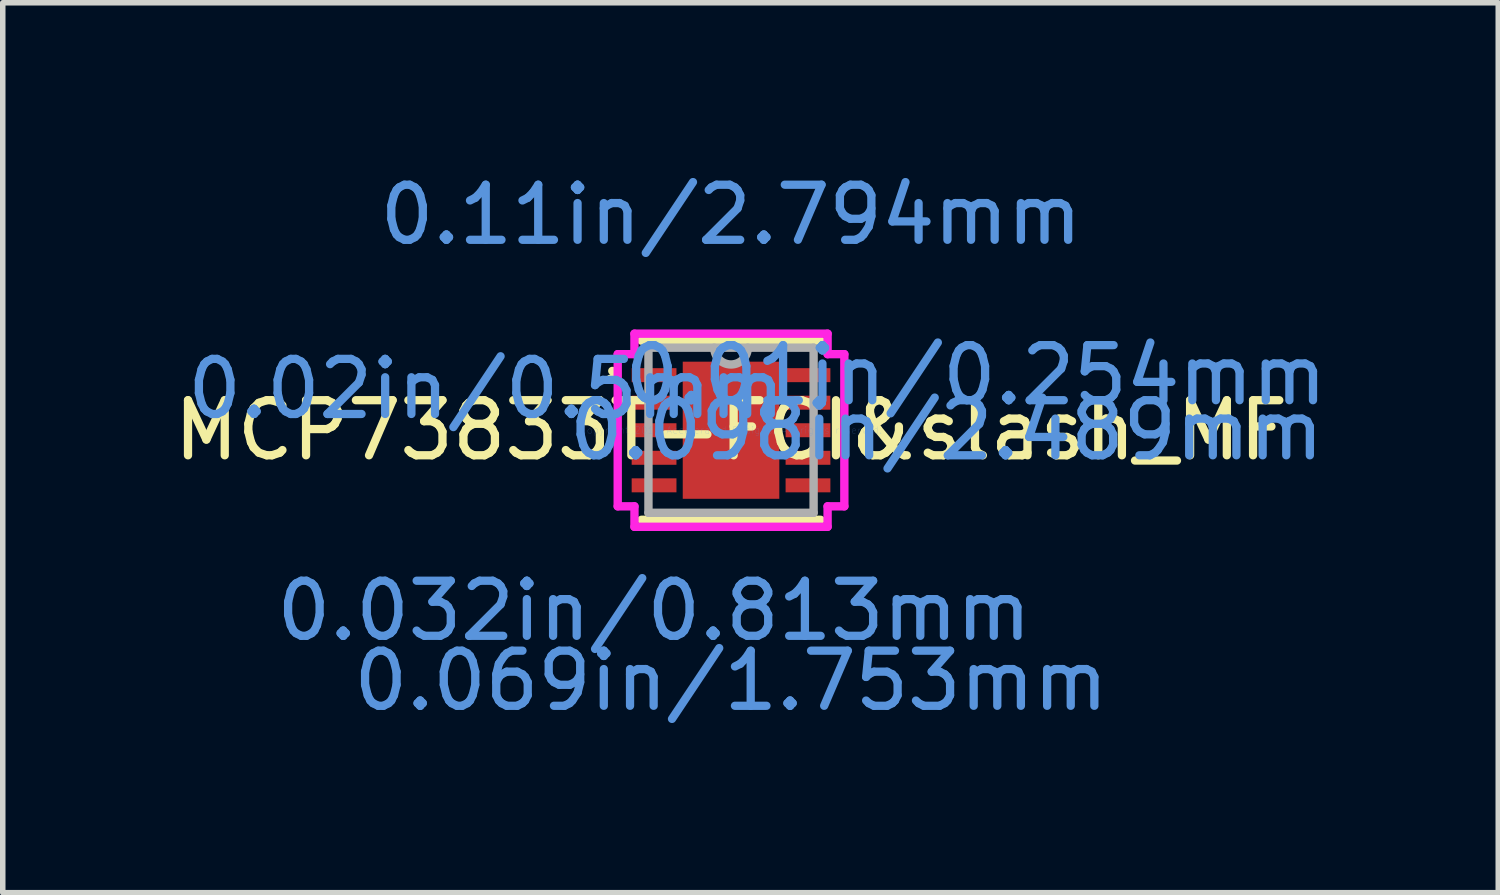
<source format=kicad_pcb>
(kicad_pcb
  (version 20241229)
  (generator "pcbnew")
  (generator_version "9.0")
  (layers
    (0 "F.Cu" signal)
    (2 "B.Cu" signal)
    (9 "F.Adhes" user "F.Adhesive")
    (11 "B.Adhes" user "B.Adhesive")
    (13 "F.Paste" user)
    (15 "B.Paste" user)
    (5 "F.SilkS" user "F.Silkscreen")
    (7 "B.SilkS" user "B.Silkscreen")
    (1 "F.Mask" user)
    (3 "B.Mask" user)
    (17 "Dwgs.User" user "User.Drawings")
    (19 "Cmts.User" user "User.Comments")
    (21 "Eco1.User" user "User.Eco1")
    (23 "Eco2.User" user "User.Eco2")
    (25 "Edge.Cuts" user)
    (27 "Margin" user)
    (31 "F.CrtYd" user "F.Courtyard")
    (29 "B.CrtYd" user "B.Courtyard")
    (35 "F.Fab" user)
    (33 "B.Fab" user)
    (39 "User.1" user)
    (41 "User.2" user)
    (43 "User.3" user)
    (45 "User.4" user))
  (footprint "MCP73833T-FCI&slash_MF"
    (layer "F.Cu")
    (at 10.22 4.76)
    (property "Reference" "MCP73833T-FCI&slash_MF" (at 0 0 0) (layer "F.SilkS") (effects (font (size 1 1) (thickness 0.15))))
    (attr through_hole)
    (fp_line (start -1.626 1.626) (end 1.626 1.626) (stroke (width 0.152) (type solid)) (layer "F.SilkS"))
    (fp_line (start 1.626 -1.626) (end -1.626 -1.626) (stroke (width 0.152) (type solid)) (layer "F.SilkS"))
    (fp_arc (start -2.155 -1.0762) (mid -2.081171 -0.98114) (end -2.191546 -0.933136) (stroke (width 0.1524) (type solid)) (layer "F.SilkS"))
    (fp_line (start -2.057 -1.381) (end -1.753 -1.381) (stroke (width 0.152) (type solid)) (layer "F.CrtYd"))
    (fp_line (start -2.057 1.381) (end -2.057 -1.381) (stroke (width 0.152) (type solid)) (layer "F.CrtYd"))
    (fp_line (start -2.057 1.381) (end -1.753 1.381) (stroke (width 0.152) (type solid)) (layer "F.CrtYd"))
    (fp_line (start -1.753 -1.753) (end 1.753 -1.753) (stroke (width 0.152) (type solid)) (layer "F.CrtYd"))
    (fp_line (start -1.753 -1.381) (end -1.753 -1.753) (stroke (width 0.152) (type solid)) (layer "F.CrtYd"))
    (fp_line (start -1.753 1.753) (end -1.753 1.381) (stroke (width 0.152) (type solid)) (layer "F.CrtYd"))
    (fp_line (start 1.753 -1.753) (end 1.753 -1.381) (stroke (width 0.152) (type solid)) (layer "F.CrtYd"))
    (fp_line (start 1.753 1.381) (end 1.753 1.753) (stroke (width 0.152) (type solid)) (layer "F.CrtYd"))
    (fp_line (start 1.753 1.753) (end -1.753 1.753) (stroke (width 0.152) (type solid)) (layer "F.CrtYd"))
    (fp_line (start 2.057 -1.381) (end 1.753 -1.381) (stroke (width 0.152) (type solid)) (layer "F.CrtYd"))
    (fp_line (start 2.057 -1.381) (end 2.057 1.381) (stroke (width 0.152) (type solid)) (layer "F.CrtYd"))
    (fp_line (start 2.057 1.381) (end 1.753 1.381) (stroke (width 0.152) (type solid)) (layer "F.CrtYd"))
    (fp_line (start -1.499 -1.499) (end -1.499 1.499) (stroke (width 0.152) (type solid)) (layer "F.Fab"))
    (fp_line (start -1.499 1.499) (end 1.499 1.499) (stroke (width 0.152) (type solid)) (layer "F.Fab"))
    (fp_line (start 1.499 -1.499) (end -1.499 -1.499) (stroke (width 0.152) (type solid)) (layer "F.Fab"))
    (fp_line (start 1.499 1.499) (end 1.499 -1.499) (stroke (width 0.152) (type solid)) (layer "F.Fab"))
    (fp_arc (start 0.3048 -1.4986) (mid 0 -1.1938) (end -0.3048 -1.4986) (stroke (width 0.1524) (type solid)) (layer "F.Fab"))
    (fp_text user "0.02in/0.5mm" (at -4.445 -0.75 0) (layer "Cmts.User") (effects (font (size 1 1) (thickness 0.15))))
    (fp_text user "0.11in/2.794mm" (at 0 -3.912 0) (layer "Cmts.User") (effects (font (size 1 1) (thickness 0.15))))
    (fp_text user "0.032in/0.813mm" (at -1.397 3.277 0) (layer "Cmts.User") (effects (font (size 1 1) (thickness 0.15))))
    (fp_text user "0.098in/2.489mm" (at 3.912 0 0) (layer "Cmts.User") (effects (font (size 1 1) (thickness 0.15))))
    (fp_text user "0.01in/0.254mm" (at 4.445 -1 0) (layer "Cmts.User") (effects (font (size 1 1) (thickness 0.15))))
    (fp_text user "Copyright 2016 Accelerated Designs. All rights reserved." (at 0 0 0) (layer "Cmts.User") (effects (font (size 0.127 0.127) (thickness 0.002))))
    (fp_text user "0.069in/1.753mm" (at 0 4.547 0) (layer "Cmts.User") (effects (font (size 1 1) (thickness 0.15))))
    (pad "1" smd rect (at -1.397 -1) (size 0.813 0.254) (layers "F.Cu" "F.Mask" "F.Paste"))
    (pad "2" smd rect (at -1.397 -0.5) (size 0.813 0.254) (layers "F.Cu" "F.Mask" "F.Paste"))
    (pad "3" smd rect (at -1.397 0) (size 0.813 0.254) (layers "F.Cu" "F.Mask" "F.Paste"))
    (pad "4" smd rect (at -1.397 0.5) (size 0.813 0.254) (layers "F.Cu" "F.Mask" "F.Paste"))
    (pad "5" smd rect (at -1.397 1) (size 0.813 0.254) (layers "F.Cu" "F.Mask" "F.Paste"))
    (pad "6" smd rect (at 1.397 1) (size 0.813 0.254) (layers "F.Cu" "F.Mask" "F.Paste"))
    (pad "7" smd rect (at 1.397 0.5) (size 0.813 0.254) (layers "F.Cu" "F.Mask" "F.Paste"))
    (pad "8" smd rect (at 1.397 0) (size 0.813 0.254) (layers "F.Cu" "F.Mask" "F.Paste"))
    (pad "9" smd rect (at 1.397 -0.5) (size 0.813 0.254) (layers "F.Cu" "F.Mask" "F.Paste"))
    (pad "10" smd rect (at 1.397 -1) (size 0.813 0.254) (layers "F.Cu" "F.Mask" "F.Paste"))
    (pad "11" smd rect (at 0 0) (size 1.753 2.489) (layers "F.Cu" "F.Mask" "F.Paste")))
  (gr_rect
    (start -3 -3)
    (end 24.147 13.155)
    (stroke (width 0.1) (type default))
    (fill no)
    (layer "Edge.Cuts")))
</source>
